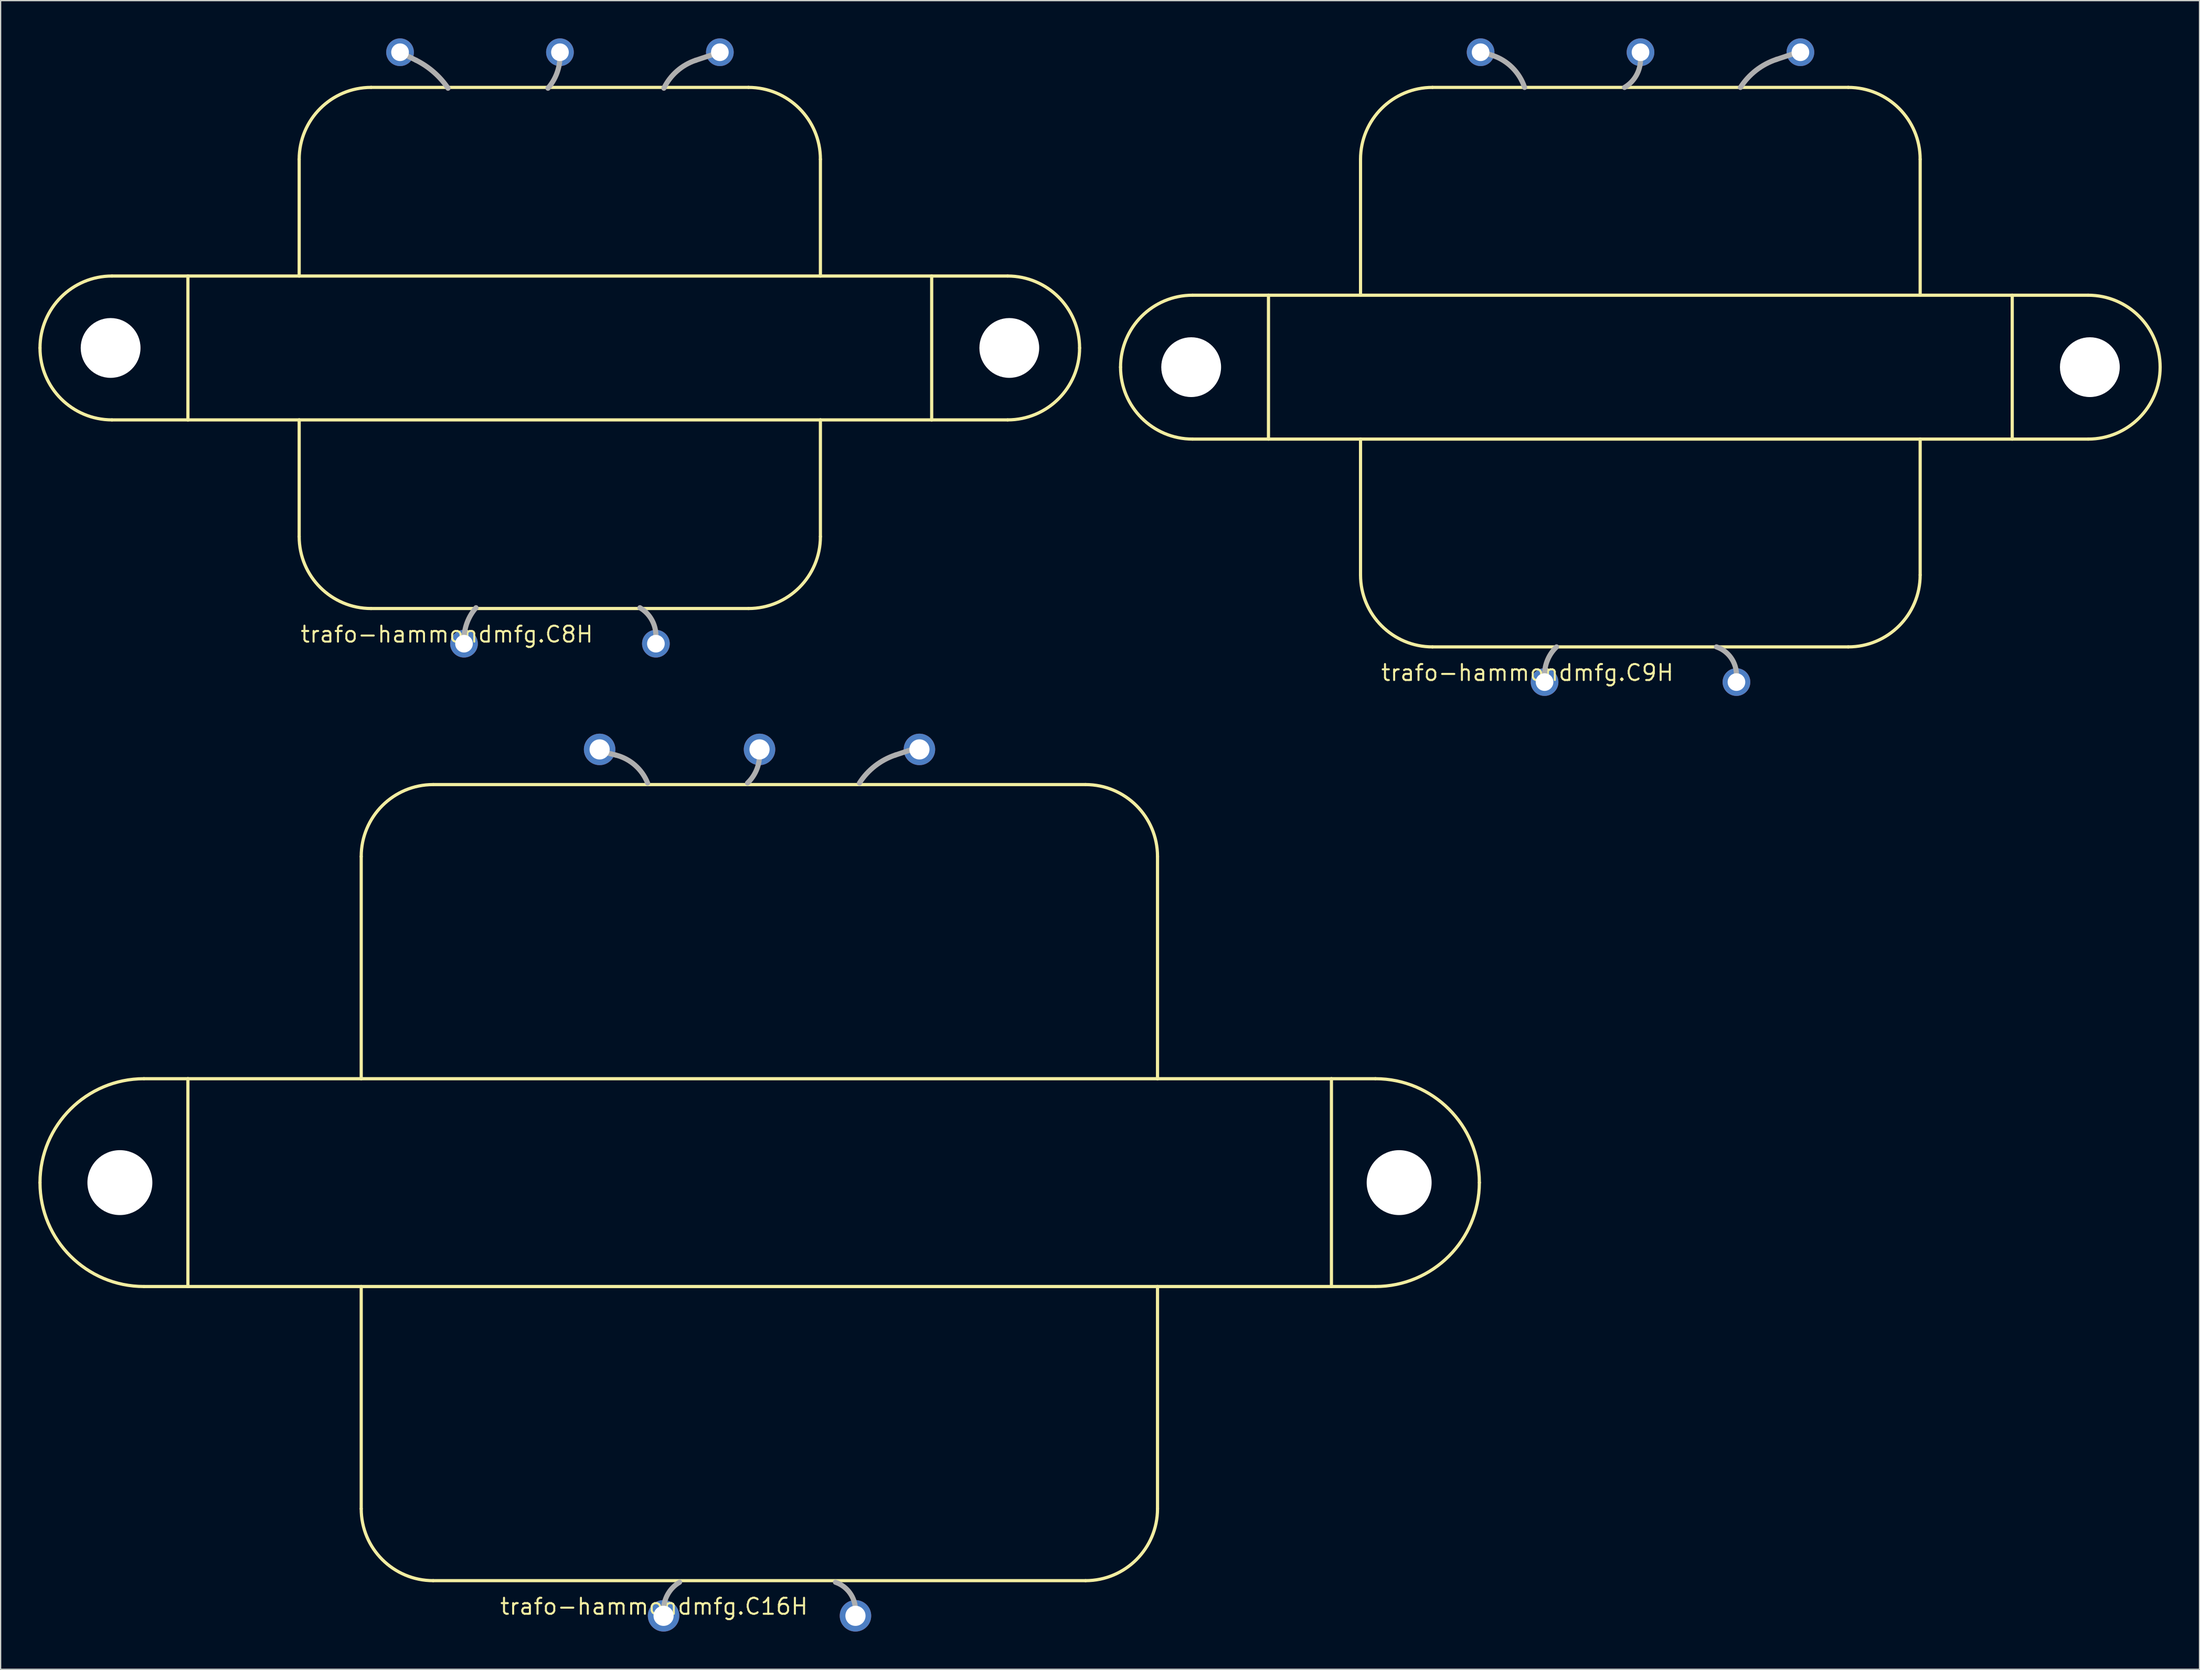
<source format=kicad_pcb>
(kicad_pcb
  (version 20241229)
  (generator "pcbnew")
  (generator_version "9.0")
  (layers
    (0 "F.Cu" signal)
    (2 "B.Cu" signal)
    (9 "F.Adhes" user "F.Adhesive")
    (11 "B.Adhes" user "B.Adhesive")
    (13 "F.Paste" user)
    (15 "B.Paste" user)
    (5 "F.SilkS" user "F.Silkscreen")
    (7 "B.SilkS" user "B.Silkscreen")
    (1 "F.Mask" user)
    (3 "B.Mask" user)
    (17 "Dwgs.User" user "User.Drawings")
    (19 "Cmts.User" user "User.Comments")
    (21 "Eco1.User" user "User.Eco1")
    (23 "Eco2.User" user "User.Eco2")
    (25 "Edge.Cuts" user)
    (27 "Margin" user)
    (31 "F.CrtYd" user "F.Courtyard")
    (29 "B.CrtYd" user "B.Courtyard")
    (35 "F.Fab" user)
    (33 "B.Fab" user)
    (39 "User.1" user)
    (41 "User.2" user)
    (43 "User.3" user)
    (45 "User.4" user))
  (footprint "trafo-hammondmfg.C8H"
    (layer "F.Cu")
    (at 41.422 24.595)
    (property "Reference" "trafo-hammondmfg.C8H" (at -20.7 23.495 0) (layer "F.SilkS") (effects (font (size 1.27 1.27) (thickness 0.16)) (justify left bottom)))
    (attr through_hole)
    (fp_line (start -35.58 5.715) (end -29.547 5.715) (stroke (width 0.254) (type default)) (layer "F.SilkS"))
    (fp_line (start -29.547 -5.715) (end -35.58 -5.715) (stroke (width 0.254) (type default)) (layer "F.SilkS"))
    (fp_line (start -29.547 -5.715) (end -29.547 5.715) (stroke (width 0.254) (type default)) (layer "F.SilkS"))
    (fp_line (start -29.547 5.715) (end -20.711 5.715) (stroke (width 0.254) (type default)) (layer "F.SilkS"))
    (fp_line (start -20.711 -5.715) (end -29.547 -5.715) (stroke (width 0.254) (type default)) (layer "F.SilkS"))
    (fp_line (start -20.711 -5.715) (end -20.711 -14.986) (stroke (width 0.254) (type default)) (layer "F.SilkS"))
    (fp_line (start -20.711 5.715) (end 20.686 5.715) (stroke (width 0.254) (type default)) (layer "F.SilkS"))
    (fp_line (start -20.711 14.986) (end -20.711 5.715) (stroke (width 0.254) (type default)) (layer "F.SilkS"))
    (fp_line (start -14.996 -20.701) (end 14.971 -20.701) (stroke (width 0.254) (type default)) (layer "F.SilkS"))
    (fp_line (start 14.971 20.701) (end -14.996 20.701) (stroke (width 0.254) (type default)) (layer "F.SilkS"))
    (fp_line (start 20.686 -14.986) (end 20.686 -5.715) (stroke (width 0.254) (type default)) (layer "F.SilkS"))
    (fp_line (start 20.686 -5.715) (end -20.711 -5.715) (stroke (width 0.254) (type default)) (layer "F.SilkS"))
    (fp_line (start 20.686 5.715) (end 20.686 14.986) (stroke (width 0.254) (type default)) (layer "F.SilkS"))
    (fp_line (start 20.686 5.715) (end 29.523 5.715) (stroke (width 0.254) (type default)) (layer "F.SilkS"))
    (fp_line (start 29.523 -5.715) (end 20.686 -5.715) (stroke (width 0.254) (type default)) (layer "F.SilkS"))
    (fp_line (start 29.523 -5.715) (end 29.523 5.715) (stroke (width 0.254) (type default)) (layer "F.SilkS"))
    (fp_line (start 29.523 5.715) (end 35.555 5.715) (stroke (width 0.254) (type default)) (layer "F.SilkS"))
    (fp_line (start 35.555 -5.715) (end 29.523 -5.715) (stroke (width 0.254) (type default)) (layer "F.SilkS"))
    (fp_arc (start -41.295 0) (mid -39.621115 -4.041115) (end -35.58 -5.715) (stroke (width 0.254) (type default)) (layer "F.SilkS"))
    (fp_arc (start -35.58 5.715) (mid -39.621115 4.041115) (end -41.295 0) (stroke (width 0.254) (type default)) (layer "F.SilkS"))
    (fp_arc (start -20.711 -14.986) (mid -19.037115 -19.027115) (end -14.996 -20.701) (stroke (width 0.254) (type default)) (layer "F.SilkS"))
    (fp_arc (start -14.996 20.701) (mid -19.037115 19.027115) (end -20.711 14.986) (stroke (width 0.254) (type default)) (layer "F.SilkS"))
    (fp_arc (start 14.971 -20.701) (mid 19.012115 -19.027115) (end 20.686 -14.986) (stroke (width 0.254) (type default)) (layer "F.SilkS"))
    (fp_arc (start 20.686 14.986) (mid 19.012115 19.027115) (end 14.971 20.701) (stroke (width 0.254) (type default)) (layer "F.SilkS"))
    (fp_arc (start 35.555 -5.715) (mid 39.596115 -4.041115) (end 41.27 0) (stroke (width 0.254) (type default)) (layer "F.SilkS"))
    (fp_arc (start 41.27 0) (mid 39.596115 4.041115) (end 35.555 5.715) (stroke (width 0.254) (type default)) (layer "F.SilkS"))
    (fp_line (start -12.7 -23.495) (end -11.43 -22.86) (stroke (width 0.406) (type default)) (layer "F.Fab"))
    (fp_line (start -7.62 23.495) (end -7.62 23.177) (stroke (width 0.406) (type default)) (layer "F.Fab"))
    (fp_line (start 0 -23.495) (end 0 -23.177) (stroke (width 0.406) (type default)) (layer "F.Fab"))
    (fp_line (start 7.62 23.495) (end 7.62 22.86) (stroke (width 0.406) (type default)) (layer "F.Fab"))
    (fp_line (start 12.7 -23.495) (end 10.795 -22.86) (stroke (width 0.406) (type default)) (layer "F.Fab"))
    (fp_arc (start -11.43 -22.86) (mid -10.01744 -21.911676) (end -8.89 -20.6375) (stroke (width 0.4064) (type default)) (layer "F.Fab"))
    (fp_arc (start -7.62 23.1775) (mid -7.374045 21.821139) (end -6.6675 20.6375) (stroke (width 0.4064) (type default)) (layer "F.Fab"))
    (fp_arc (start 0 -23.1775) (mid -0.245955 -21.821139) (end -0.9525 -20.6375) (stroke (width 0.4064) (type default)) (layer "F.Fab"))
    (fp_arc (start 6.35 20.6375) (mid 7.280108 21.580117) (end 7.62 22.86) (stroke (width 0.4064) (type default)) (layer "F.Fab"))
    (fp_arc (start 8.255 -20.6375) (mid 9.301427 -22.004262) (end 10.795 -22.86) (stroke (width 0.4064) (type default)) (layer "F.Fab"))
    (pad "" np_thru_hole circle (at -35.687 0) (size 4.75 4.75) (drill 4.75) (layers "*.Cu" "*.Mask"))
    (pad "" np_thru_hole circle (at 35.687 0) (size 4.75 4.75) (drill 4.75) (layers "*.Cu" "*.Mask"))
    (pad "BLK@1" thru_hole circle (at -7.62 23.495) (size 2.2 2.2) (drill 1.4) (layers "*.Cu" "*.Mask"))
    (pad "BLK@2" thru_hole circle (at 7.62 23.495) (size 2.2 2.2) (drill 1.4) (layers "*.Cu" "*.Mask"))
    (pad "GRN/YEL" thru_hole circle (at 0 -23.495) (size 2.2 2.2) (drill 1.4) (layers "*.Cu" "*.Mask"))
    (pad "GRN@1" thru_hole circle (at -12.7 -23.495) (size 2.2 2.2) (drill 1.4) (layers "*.Cu" "*.Mask"))
    (pad "GRN@2" thru_hole circle (at 12.7 -23.495) (size 2.2 2.2) (drill 1.4) (layers "*.Cu" "*.Mask")))
  (footprint "trafo-hammondmfg.C16H"
    (layer "F.Cu")
    (at 57.272 90.908)
    (property "Reference" "trafo-hammondmfg.C16H" (at -20.7 34.418 0) (layer "F.SilkS") (effects (font (size 1.27 1.27) (thickness 0.16)) (justify left bottom)))
    (attr through_hole)
    (fp_line (start -48.89 8.255) (end -45.398 8.255) (stroke (width 0.254) (type default)) (layer "F.SilkS"))
    (fp_line (start -45.398 -8.255) (end -48.89 -8.255) (stroke (width 0.254) (type default)) (layer "F.SilkS"))
    (fp_line (start -45.398 -8.255) (end -45.398 8.255) (stroke (width 0.254) (type default)) (layer "F.SilkS"))
    (fp_line (start -45.398 8.255) (end -31.634 8.255) (stroke (width 0.254) (type default)) (layer "F.SilkS"))
    (fp_line (start -31.634 -8.255) (end -45.398 -8.255) (stroke (width 0.254) (type default)) (layer "F.SilkS"))
    (fp_line (start -31.634 -8.255) (end -31.634 -25.909) (stroke (width 0.254) (type default)) (layer "F.SilkS"))
    (fp_line (start -31.634 8.255) (end 31.609 8.255) (stroke (width 0.254) (type default)) (layer "F.SilkS"))
    (fp_line (start -31.634 25.909) (end -31.634 8.255) (stroke (width 0.254) (type default)) (layer "F.SilkS"))
    (fp_line (start -25.919 -31.624) (end 25.894 -31.624) (stroke (width 0.254) (type default)) (layer "F.SilkS"))
    (fp_line (start 25.894 31.624) (end -25.919 31.624) (stroke (width 0.254) (type default)) (layer "F.SilkS"))
    (fp_line (start 31.609 -25.909) (end 31.609 -8.255) (stroke (width 0.254) (type default)) (layer "F.SilkS"))
    (fp_line (start 31.609 -8.255) (end -31.634 -8.255) (stroke (width 0.254) (type default)) (layer "F.SilkS"))
    (fp_line (start 31.609 8.255) (end 31.609 25.909) (stroke (width 0.254) (type default)) (layer "F.SilkS"))
    (fp_line (start 31.609 8.255) (end 45.422 8.255) (stroke (width 0.254) (type default)) (layer "F.SilkS"))
    (fp_line (start 45.422 -8.255) (end 31.609 -8.255) (stroke (width 0.254) (type default)) (layer "F.SilkS"))
    (fp_line (start 45.422 -8.255) (end 45.422 8.255) (stroke (width 0.254) (type default)) (layer "F.SilkS"))
    (fp_line (start 45.422 8.255) (end 48.915 8.255) (stroke (width 0.254) (type default)) (layer "F.SilkS"))
    (fp_line (start 48.915 -8.255) (end 45.422 -8.255) (stroke (width 0.254) (type default)) (layer "F.SilkS"))
    (fp_arc (start -57.145 0) (mid -54.727166 -5.837166) (end -48.89 -8.255) (stroke (width 0.254) (type default)) (layer "F.SilkS"))
    (fp_arc (start -48.89 8.255) (mid -54.727166 5.837166) (end -57.145 0) (stroke (width 0.254) (type default)) (layer "F.SilkS"))
    (fp_arc (start -31.634 -25.909) (mid -29.960115 -29.950115) (end -25.919 -31.624) (stroke (width 0.254) (type default)) (layer "F.SilkS"))
    (fp_arc (start -25.919 31.624) (mid -29.960115 29.950115) (end -31.634 25.909) (stroke (width 0.254) (type default)) (layer "F.SilkS"))
    (fp_arc (start 25.894 -31.624) (mid 29.935115 -29.950115) (end 31.609 -25.909) (stroke (width 0.254) (type default)) (layer "F.SilkS"))
    (fp_arc (start 31.609 25.909) (mid 29.935115 29.950115) (end 25.894 31.624) (stroke (width 0.254) (type default)) (layer "F.SilkS"))
    (fp_arc (start 48.915 -8.255) (mid 54.752166 -5.837166) (end 57.17 0) (stroke (width 0.254) (type default)) (layer "F.SilkS"))
    (fp_arc (start 57.17 0) (mid 54.752166 5.837166) (end 48.915 8.255) (stroke (width 0.254) (type default)) (layer "F.SilkS"))
    (fp_line (start -12.7 -34.29) (end -11.43 -33.972) (stroke (width 0.406) (type default)) (layer "F.Fab"))
    (fp_line (start -7.62 34.29) (end -7.62 33.972) (stroke (width 0.406) (type default)) (layer "F.Fab"))
    (fp_line (start 0 -34.608) (end 0 -33.972) (stroke (width 0.406) (type default)) (layer "F.Fab"))
    (fp_line (start 7.62 34.29) (end 7.62 33.972) (stroke (width 0.406) (type default)) (layer "F.Fab"))
    (fp_line (start 12.7 -34.608) (end 10.795 -33.972) (stroke (width 0.406) (type default)) (layer "F.Fab"))
    (fp_arc (start -11.43 -33.9725) (mid -9.891677 -33.167905) (end -8.89 -31.75) (stroke (width 0.4064) (type default)) (layer "F.Fab"))
    (fp_arc (start -7.62 33.9725) (mid -7.280108 32.692617) (end -6.35 31.75) (stroke (width 0.4064) (type default)) (layer "F.Fab"))
    (fp_arc (start 0 -33.9725) (mid -0.248157 -32.763496) (end -0.9525 -31.75) (stroke (width 0.4064) (type default)) (layer "F.Fab"))
    (fp_arc (start 6.0325 31.75) (mid 7.182367 32.606881) (end 7.62 33.9725) (stroke (width 0.4064) (type default)) (layer "F.Fab"))
    (fp_arc (start 7.9375 -31.75) (mid 9.175901 -33.105985) (end 10.795 -33.9725) (stroke (width 0.4064) (type default)) (layer "F.Fab"))
    (pad "" np_thru_hole circle (at -50.8 0) (size 5.156 5.156) (drill 5.156) (layers "*.Cu" "*.Mask"))
    (pad "" np_thru_hole circle (at 50.8 0) (size 5.156 5.156) (drill 5.156) (layers "*.Cu" "*.Mask"))
    (pad "BLK@1" thru_hole circle (at -7.62 34.418) (size 2.5 2.5) (drill 1.6) (layers "*.Cu" "*.Mask"))
    (pad "BLK@2" thru_hole circle (at 7.62 34.418) (size 2.5 2.5) (drill 1.6) (layers "*.Cu" "*.Mask"))
    (pad "GRN/YEL" thru_hole circle (at 0 -34.418) (size 2.5 2.5) (drill 1.6) (layers "*.Cu" "*.Mask"))
    (pad "GRN@1" thru_hole circle (at -12.7 -34.418) (size 2.5 2.5) (drill 1.6) (layers "*.Cu" "*.Mask"))
    (pad "GRN@2" thru_hole circle (at 12.7 -34.418) (size 2.5 2.5) (drill 1.6) (layers "*.Cu" "*.Mask")))
  (footprint "trafo-hammondmfg.C9H"
    (layer "F.Cu")
    (at 127.241 26.12)
    (property "Reference" "trafo-hammondmfg.C9H" (at -20.7 25.02 0) (layer "F.SilkS") (effects (font (size 1.27 1.27) (thickness 0.16)) (justify left bottom)))
    (attr through_hole)
    (fp_line (start -35.58 5.715) (end -29.547 5.715) (stroke (width 0.254) (type default)) (layer "F.SilkS"))
    (fp_line (start -29.547 -5.715) (end -35.58 -5.715) (stroke (width 0.254) (type default)) (layer "F.SilkS"))
    (fp_line (start -29.547 -5.715) (end -29.547 5.715) (stroke (width 0.254) (type default)) (layer "F.SilkS"))
    (fp_line (start -29.547 5.715) (end -22.236 5.715) (stroke (width 0.254) (type default)) (layer "F.SilkS"))
    (fp_line (start -22.236 -5.715) (end -29.547 -5.715) (stroke (width 0.254) (type default)) (layer "F.SilkS"))
    (fp_line (start -22.236 -5.715) (end -22.236 -16.511) (stroke (width 0.254) (type default)) (layer "F.SilkS"))
    (fp_line (start -22.236 5.715) (end 22.211 5.715) (stroke (width 0.254) (type default)) (layer "F.SilkS"))
    (fp_line (start -22.236 16.511) (end -22.236 5.715) (stroke (width 0.254) (type default)) (layer "F.SilkS"))
    (fp_line (start -16.521 -22.226) (end 16.496 -22.226) (stroke (width 0.254) (type default)) (layer "F.SilkS"))
    (fp_line (start 16.496 22.226) (end -16.521 22.226) (stroke (width 0.254) (type default)) (layer "F.SilkS"))
    (fp_line (start 22.211 -16.511) (end 22.211 -5.715) (stroke (width 0.254) (type default)) (layer "F.SilkS"))
    (fp_line (start 22.211 -5.715) (end -22.236 -5.715) (stroke (width 0.254) (type default)) (layer "F.SilkS"))
    (fp_line (start 22.211 5.715) (end 22.211 16.511) (stroke (width 0.254) (type default)) (layer "F.SilkS"))
    (fp_line (start 22.211 5.715) (end 29.523 5.715) (stroke (width 0.254) (type default)) (layer "F.SilkS"))
    (fp_line (start 29.523 -5.715) (end 22.211 -5.715) (stroke (width 0.254) (type default)) (layer "F.SilkS"))
    (fp_line (start 29.523 -5.715) (end 29.523 5.715) (stroke (width 0.254) (type default)) (layer "F.SilkS"))
    (fp_line (start 29.523 5.715) (end 35.555 5.715) (stroke (width 0.254) (type default)) (layer "F.SilkS"))
    (fp_line (start 35.555 -5.715) (end 29.523 -5.715) (stroke (width 0.254) (type default)) (layer "F.SilkS"))
    (fp_arc (start -41.295 0) (mid -39.621115 -4.041115) (end -35.58 -5.715) (stroke (width 0.254) (type default)) (layer "F.SilkS"))
    (fp_arc (start -35.58 5.715) (mid -39.621115 4.041115) (end -41.295 0) (stroke (width 0.254) (type default)) (layer "F.SilkS"))
    (fp_arc (start -22.236 -16.511) (mid -20.562115 -20.552115) (end -16.521 -22.226) (stroke (width 0.254) (type default)) (layer "F.SilkS"))
    (fp_arc (start -16.521 22.226) (mid -20.562115 20.552115) (end -22.236 16.511) (stroke (width 0.254) (type default)) (layer "F.SilkS"))
    (fp_arc (start 16.496 -22.226) (mid 20.537115 -20.552115) (end 22.211 -16.511) (stroke (width 0.254) (type default)) (layer "F.SilkS"))
    (fp_arc (start 22.211 16.511) (mid 20.537115 20.552115) (end 16.496 22.226) (stroke (width 0.254) (type default)) (layer "F.SilkS"))
    (fp_arc (start 35.555 -5.715) (mid 39.596115 -4.041115) (end 41.27 0) (stroke (width 0.254) (type default)) (layer "F.SilkS"))
    (fp_arc (start 41.27 0) (mid 39.596115 4.041115) (end 35.555 5.715) (stroke (width 0.254) (type default)) (layer "F.SilkS"))
    (fp_line (start -12.7 -25.082) (end -11.748 -24.765) (stroke (width 0.406) (type default)) (layer "F.Fab"))
    (fp_line (start -7.62 24.765) (end -7.62 24.448) (stroke (width 0.406) (type default)) (layer "F.Fab"))
    (fp_line (start 0 -25.082) (end 0 -24.448) (stroke (width 0.406) (type default)) (layer "F.Fab"))
    (fp_line (start 7.62 25.082) (end 7.62 24.448) (stroke (width 0.406) (type default)) (layer "F.Fab"))
    (fp_line (start 12.7 -25.082) (end 10.795 -24.448) (stroke (width 0.406) (type default)) (layer "F.Fab"))
    (fp_arc (start -11.7475 -24.765) (mid -10.177694 -23.794806) (end -9.2075 -22.225) (stroke (width 0.4064) (type default)) (layer "F.Fab"))
    (fp_arc (start -7.62 24.4475) (mid -7.371843 23.238496) (end -6.6675 22.225) (stroke (width 0.4064) (type default)) (layer "F.Fab"))
    (fp_arc (start 0 -24.4475) (mid -0.339892 -23.167617) (end -1.27 -22.225) (stroke (width 0.4064) (type default)) (layer "F.Fab"))
    (fp_arc (start 6.0325 22.225) (mid 7.182367 23.081881) (end 7.62 24.4475) (stroke (width 0.4064) (type default)) (layer "F.Fab"))
    (fp_arc (start 7.9375 -22.225) (mid 9.175901 -23.580985) (end 10.795 -24.4475) (stroke (width 0.4064) (type default)) (layer "F.Fab"))
    (pad "" np_thru_hole circle (at -35.687 0) (size 4.75 4.75) (drill 4.75) (layers "*.Cu" "*.Mask"))
    (pad "" np_thru_hole circle (at 35.687 0) (size 4.75 4.75) (drill 4.75) (layers "*.Cu" "*.Mask"))
    (pad "BLK@1" thru_hole circle (at -7.62 25.02) (size 2.2 2.2) (drill 1.4) (layers "*.Cu" "*.Mask"))
    (pad "BLK@2" thru_hole circle (at 7.62 25.02) (size 2.2 2.2) (drill 1.4) (layers "*.Cu" "*.Mask"))
    (pad "GRN/YEL" thru_hole circle (at 0 -25.02) (size 2.2 2.2) (drill 1.4) (layers "*.Cu" "*.Mask"))
    (pad "GRN@1" thru_hole circle (at -12.7 -25.02) (size 2.2 2.2) (drill 1.4) (layers "*.Cu" "*.Mask"))
    (pad "GRN@2" thru_hole circle (at 12.7 -25.02) (size 2.2 2.2) (drill 1.4) (layers "*.Cu" "*.Mask")))
  (gr_rect
    (start -3 -3)
    (end 171.638 129.576)
    (stroke (width 0.1) (type default))
    (fill no)
    (layer "Edge.Cuts")))
</source>
